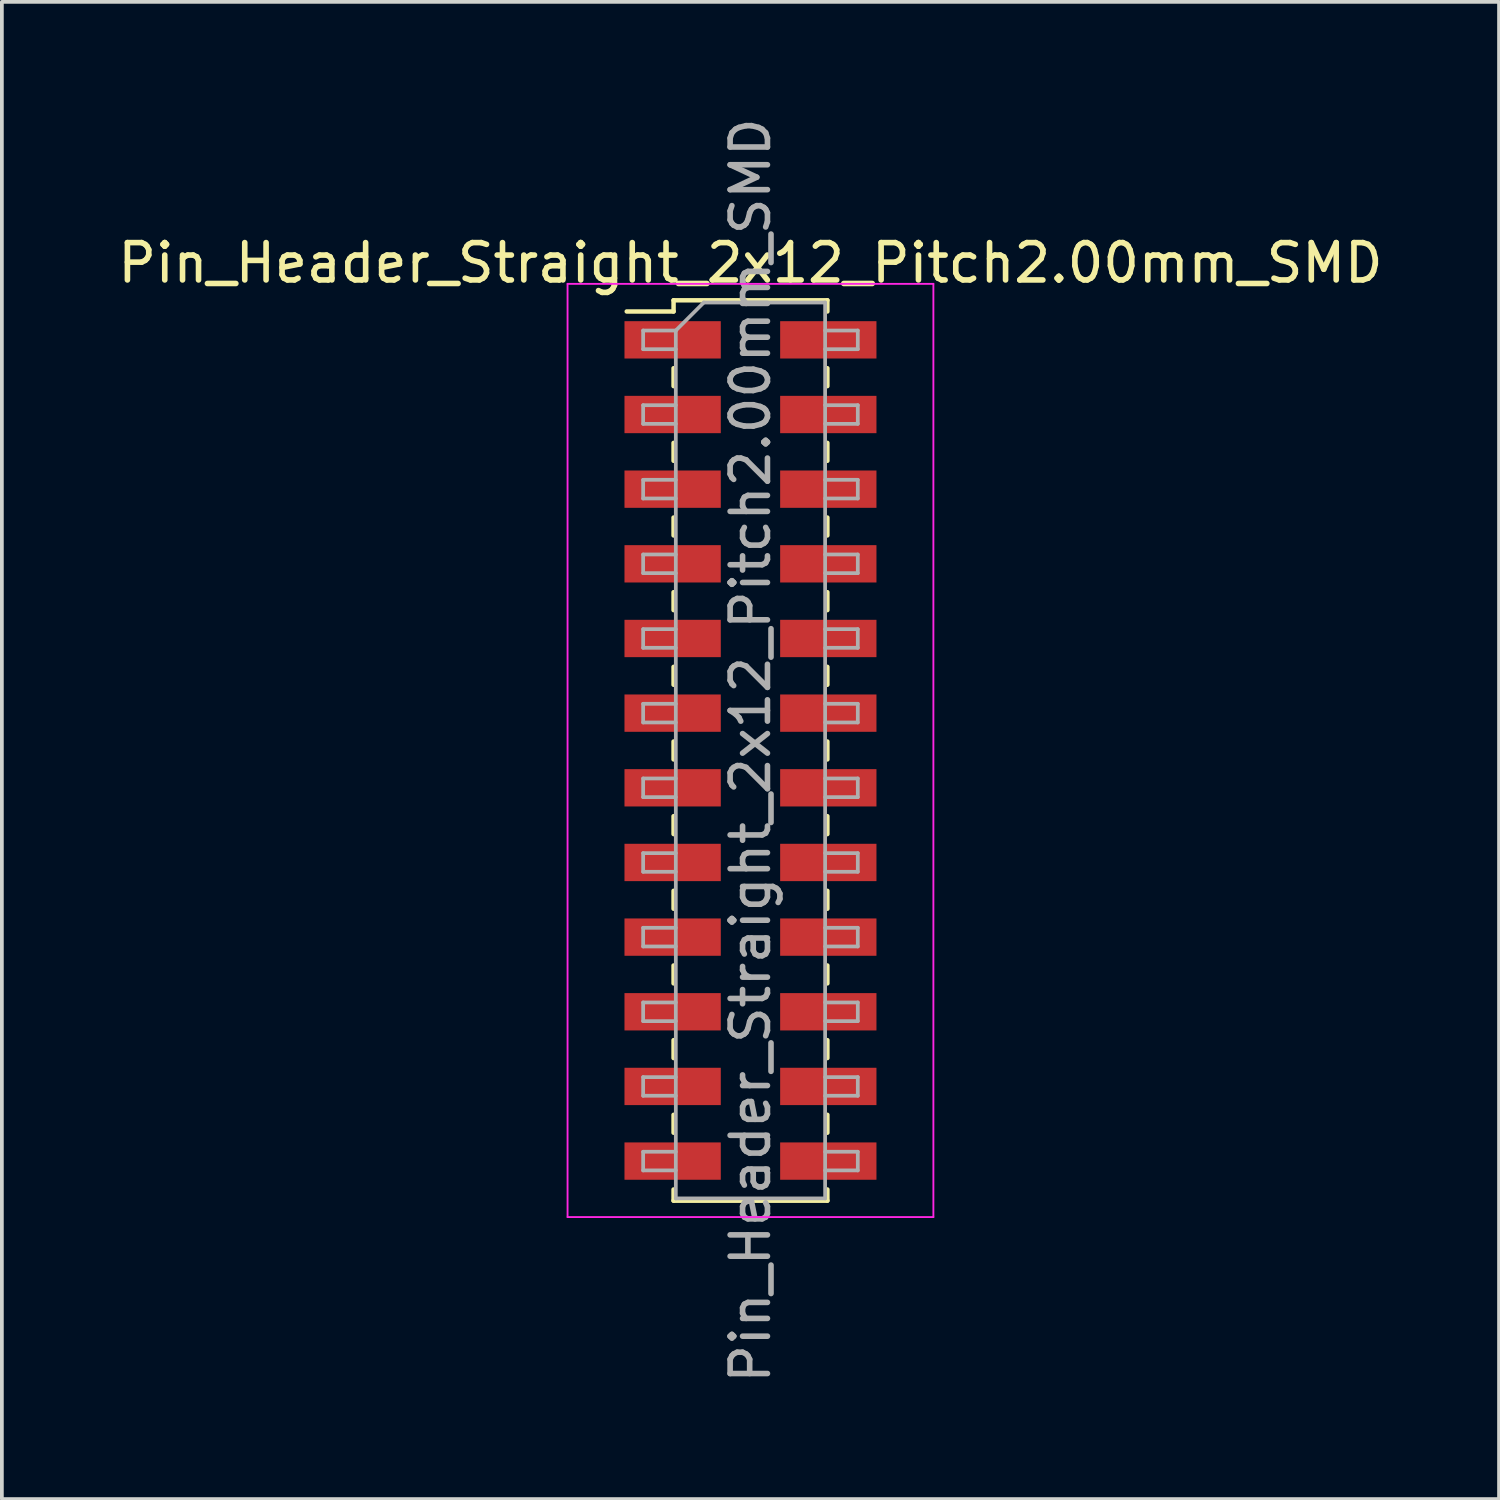
<source format=kicad_pcb>
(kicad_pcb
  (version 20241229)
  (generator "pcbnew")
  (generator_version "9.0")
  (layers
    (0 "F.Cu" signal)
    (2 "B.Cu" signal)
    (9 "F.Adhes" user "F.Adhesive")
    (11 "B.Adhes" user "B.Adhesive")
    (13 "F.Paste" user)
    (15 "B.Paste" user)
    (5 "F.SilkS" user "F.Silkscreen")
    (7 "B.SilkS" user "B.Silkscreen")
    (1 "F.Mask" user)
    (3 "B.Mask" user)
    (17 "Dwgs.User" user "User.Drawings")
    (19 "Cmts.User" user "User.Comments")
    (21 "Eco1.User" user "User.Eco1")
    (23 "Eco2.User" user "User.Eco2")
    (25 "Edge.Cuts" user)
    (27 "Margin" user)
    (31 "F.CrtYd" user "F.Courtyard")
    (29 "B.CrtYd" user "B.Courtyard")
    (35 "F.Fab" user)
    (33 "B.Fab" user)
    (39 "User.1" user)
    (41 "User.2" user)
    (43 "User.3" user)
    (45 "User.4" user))
  (footprint "Pin_Header_Straight_2x12_Pitch2.00mm_SMD"
    (layer "F.Cu")
    (at 17.054 17.054)
    (property "Reference" "Pin_Header_Straight_2x12_Pitch2.00mm_SMD" (at 0 -13.06 0) (layer "F.SilkS") (effects (font (size 1 1) (thickness 0.15))))
    (attr smd)
    (fp_line (start -3.315 -11.76) (end -2.06 -11.76) (stroke (width 0.12) (type solid)) (layer "F.SilkS"))
    (fp_line (start -2.06 -12.06) (end -2.06 -11.76) (stroke (width 0.12) (type solid)) (layer "F.SilkS"))
    (fp_line (start -2.06 -12.06) (end 2.06 -12.06) (stroke (width 0.12) (type solid)) (layer "F.SilkS"))
    (fp_line (start -2.06 -10.24) (end -2.06 -9.76) (stroke (width 0.12) (type solid)) (layer "F.SilkS"))
    (fp_line (start -2.06 -8.24) (end -2.06 -7.76) (stroke (width 0.12) (type solid)) (layer "F.SilkS"))
    (fp_line (start -2.06 -6.24) (end -2.06 -5.76) (stroke (width 0.12) (type solid)) (layer "F.SilkS"))
    (fp_line (start -2.06 -4.24) (end -2.06 -3.76) (stroke (width 0.12) (type solid)) (layer "F.SilkS"))
    (fp_line (start -2.06 -2.24) (end -2.06 -1.76) (stroke (width 0.12) (type solid)) (layer "F.SilkS"))
    (fp_line (start -2.06 -0.24) (end -2.06 0.24) (stroke (width 0.12) (type solid)) (layer "F.SilkS"))
    (fp_line (start -2.06 1.76) (end -2.06 2.24) (stroke (width 0.12) (type solid)) (layer "F.SilkS"))
    (fp_line (start -2.06 3.76) (end -2.06 4.24) (stroke (width 0.12) (type solid)) (layer "F.SilkS"))
    (fp_line (start -2.06 5.76) (end -2.06 6.24) (stroke (width 0.12) (type solid)) (layer "F.SilkS"))
    (fp_line (start -2.06 7.76) (end -2.06 8.24) (stroke (width 0.12) (type solid)) (layer "F.SilkS"))
    (fp_line (start -2.06 9.76) (end -2.06 10.24) (stroke (width 0.12) (type solid)) (layer "F.SilkS"))
    (fp_line (start -2.06 11.76) (end -2.06 12.06) (stroke (width 0.12) (type solid)) (layer "F.SilkS"))
    (fp_line (start -2.06 12.06) (end 2.06 12.06) (stroke (width 0.12) (type solid)) (layer "F.SilkS"))
    (fp_line (start 2.06 -12.06) (end 2.06 -11.76) (stroke (width 0.12) (type solid)) (layer "F.SilkS"))
    (fp_line (start 2.06 -10.24) (end 2.06 -9.76) (stroke (width 0.12) (type solid)) (layer "F.SilkS"))
    (fp_line (start 2.06 -8.24) (end 2.06 -7.76) (stroke (width 0.12) (type solid)) (layer "F.SilkS"))
    (fp_line (start 2.06 -6.24) (end 2.06 -5.76) (stroke (width 0.12) (type solid)) (layer "F.SilkS"))
    (fp_line (start 2.06 -4.24) (end 2.06 -3.76) (stroke (width 0.12) (type solid)) (layer "F.SilkS"))
    (fp_line (start 2.06 -2.24) (end 2.06 -1.76) (stroke (width 0.12) (type solid)) (layer "F.SilkS"))
    (fp_line (start 2.06 -0.24) (end 2.06 0.24) (stroke (width 0.12) (type solid)) (layer "F.SilkS"))
    (fp_line (start 2.06 1.76) (end 2.06 2.24) (stroke (width 0.12) (type solid)) (layer "F.SilkS"))
    (fp_line (start 2.06 3.76) (end 2.06 4.24) (stroke (width 0.12) (type solid)) (layer "F.SilkS"))
    (fp_line (start 2.06 5.76) (end 2.06 6.24) (stroke (width 0.12) (type solid)) (layer "F.SilkS"))
    (fp_line (start 2.06 7.76) (end 2.06 8.24) (stroke (width 0.12) (type solid)) (layer "F.SilkS"))
    (fp_line (start 2.06 9.76) (end 2.06 10.24) (stroke (width 0.12) (type solid)) (layer "F.SilkS"))
    (fp_line (start 2.06 11.76) (end 2.06 12.06) (stroke (width 0.12) (type solid)) (layer "F.SilkS"))
    (fp_line (start -4.9 -12.5) (end -4.9 12.5) (stroke (width 0.05) (type solid)) (layer "F.CrtYd"))
    (fp_line (start -4.9 12.5) (end 4.9 12.5) (stroke (width 0.05) (type solid)) (layer "F.CrtYd"))
    (fp_line (start 4.9 -12.5) (end -4.9 -12.5) (stroke (width 0.05) (type solid)) (layer "F.CrtYd"))
    (fp_line (start 4.9 12.5) (end 4.9 -12.5) (stroke (width 0.05) (type solid)) (layer "F.CrtYd"))
    (fp_line (start -2.875 -11.25) (end -2.875 -10.75) (stroke (width 0.1) (type solid)) (layer "F.Fab"))
    (fp_line (start -2.875 -10.75) (end -2 -10.75) (stroke (width 0.1) (type solid)) (layer "F.Fab"))
    (fp_line (start -2.875 -9.25) (end -2.875 -8.75) (stroke (width 0.1) (type solid)) (layer "F.Fab"))
    (fp_line (start -2.875 -8.75) (end -2 -8.75) (stroke (width 0.1) (type solid)) (layer "F.Fab"))
    (fp_line (start -2.875 -7.25) (end -2.875 -6.75) (stroke (width 0.1) (type solid)) (layer "F.Fab"))
    (fp_line (start -2.875 -6.75) (end -2 -6.75) (stroke (width 0.1) (type solid)) (layer "F.Fab"))
    (fp_line (start -2.875 -5.25) (end -2.875 -4.75) (stroke (width 0.1) (type solid)) (layer "F.Fab"))
    (fp_line (start -2.875 -4.75) (end -2 -4.75) (stroke (width 0.1) (type solid)) (layer "F.Fab"))
    (fp_line (start -2.875 -3.25) (end -2.875 -2.75) (stroke (width 0.1) (type solid)) (layer "F.Fab"))
    (fp_line (start -2.875 -2.75) (end -2 -2.75) (stroke (width 0.1) (type solid)) (layer "F.Fab"))
    (fp_line (start -2.875 -1.25) (end -2.875 -0.75) (stroke (width 0.1) (type solid)) (layer "F.Fab"))
    (fp_line (start -2.875 -0.75) (end -2 -0.75) (stroke (width 0.1) (type solid)) (layer "F.Fab"))
    (fp_line (start -2.875 0.75) (end -2.875 1.25) (stroke (width 0.1) (type solid)) (layer "F.Fab"))
    (fp_line (start -2.875 1.25) (end -2 1.25) (stroke (width 0.1) (type solid)) (layer "F.Fab"))
    (fp_line (start -2.875 2.75) (end -2.875 3.25) (stroke (width 0.1) (type solid)) (layer "F.Fab"))
    (fp_line (start -2.875 3.25) (end -2 3.25) (stroke (width 0.1) (type solid)) (layer "F.Fab"))
    (fp_line (start -2.875 4.75) (end -2.875 5.25) (stroke (width 0.1) (type solid)) (layer "F.Fab"))
    (fp_line (start -2.875 5.25) (end -2 5.25) (stroke (width 0.1) (type solid)) (layer "F.Fab"))
    (fp_line (start -2.875 6.75) (end -2.875 7.25) (stroke (width 0.1) (type solid)) (layer "F.Fab"))
    (fp_line (start -2.875 7.25) (end -2 7.25) (stroke (width 0.1) (type solid)) (layer "F.Fab"))
    (fp_line (start -2.875 8.75) (end -2.875 9.25) (stroke (width 0.1) (type solid)) (layer "F.Fab"))
    (fp_line (start -2.875 9.25) (end -2 9.25) (stroke (width 0.1) (type solid)) (layer "F.Fab"))
    (fp_line (start -2.875 10.75) (end -2.875 11.25) (stroke (width 0.1) (type solid)) (layer "F.Fab"))
    (fp_line (start -2.875 11.25) (end -2 11.25) (stroke (width 0.1) (type solid)) (layer "F.Fab"))
    (fp_line (start -2 -11.25) (end -2.875 -11.25) (stroke (width 0.1) (type solid)) (layer "F.Fab"))
    (fp_line (start -2 -11.25) (end -1.25 -12) (stroke (width 0.1) (type solid)) (layer "F.Fab"))
    (fp_line (start -2 -9.25) (end -2.875 -9.25) (stroke (width 0.1) (type solid)) (layer "F.Fab"))
    (fp_line (start -2 -7.25) (end -2.875 -7.25) (stroke (width 0.1) (type solid)) (layer "F.Fab"))
    (fp_line (start -2 -5.25) (end -2.875 -5.25) (stroke (width 0.1) (type solid)) (layer "F.Fab"))
    (fp_line (start -2 -3.25) (end -2.875 -3.25) (stroke (width 0.1) (type solid)) (layer "F.Fab"))
    (fp_line (start -2 -1.25) (end -2.875 -1.25) (stroke (width 0.1) (type solid)) (layer "F.Fab"))
    (fp_line (start -2 0.75) (end -2.875 0.75) (stroke (width 0.1) (type solid)) (layer "F.Fab"))
    (fp_line (start -2 2.75) (end -2.875 2.75) (stroke (width 0.1) (type solid)) (layer "F.Fab"))
    (fp_line (start -2 4.75) (end -2.875 4.75) (stroke (width 0.1) (type solid)) (layer "F.Fab"))
    (fp_line (start -2 6.75) (end -2.875 6.75) (stroke (width 0.1) (type solid)) (layer "F.Fab"))
    (fp_line (start -2 8.75) (end -2.875 8.75) (stroke (width 0.1) (type solid)) (layer "F.Fab"))
    (fp_line (start -2 10.75) (end -2.875 10.75) (stroke (width 0.1) (type solid)) (layer "F.Fab"))
    (fp_line (start -2 12) (end -2 -11.25) (stroke (width 0.1) (type solid)) (layer "F.Fab"))
    (fp_line (start -1.25 -12) (end 2 -12) (stroke (width 0.1) (type solid)) (layer "F.Fab"))
    (fp_line (start 2 -12) (end 2 12) (stroke (width 0.1) (type solid)) (layer "F.Fab"))
    (fp_line (start 2 -11.25) (end 2.875 -11.25) (stroke (width 0.1) (type solid)) (layer "F.Fab"))
    (fp_line (start 2 -9.25) (end 2.875 -9.25) (stroke (width 0.1) (type solid)) (layer "F.Fab"))
    (fp_line (start 2 -7.25) (end 2.875 -7.25) (stroke (width 0.1) (type solid)) (layer "F.Fab"))
    (fp_line (start 2 -5.25) (end 2.875 -5.25) (stroke (width 0.1) (type solid)) (layer "F.Fab"))
    (fp_line (start 2 -3.25) (end 2.875 -3.25) (stroke (width 0.1) (type solid)) (layer "F.Fab"))
    (fp_line (start 2 -1.25) (end 2.875 -1.25) (stroke (width 0.1) (type solid)) (layer "F.Fab"))
    (fp_line (start 2 0.75) (end 2.875 0.75) (stroke (width 0.1) (type solid)) (layer "F.Fab"))
    (fp_line (start 2 2.75) (end 2.875 2.75) (stroke (width 0.1) (type solid)) (layer "F.Fab"))
    (fp_line (start 2 4.75) (end 2.875 4.75) (stroke (width 0.1) (type solid)) (layer "F.Fab"))
    (fp_line (start 2 6.75) (end 2.875 6.75) (stroke (width 0.1) (type solid)) (layer "F.Fab"))
    (fp_line (start 2 8.75) (end 2.875 8.75) (stroke (width 0.1) (type solid)) (layer "F.Fab"))
    (fp_line (start 2 10.75) (end 2.875 10.75) (stroke (width 0.1) (type solid)) (layer "F.Fab"))
    (fp_line (start 2 12) (end -2 12) (stroke (width 0.1) (type solid)) (layer "F.Fab"))
    (fp_line (start 2.875 -11.25) (end 2.875 -10.75) (stroke (width 0.1) (type solid)) (layer "F.Fab"))
    (fp_line (start 2.875 -10.75) (end 2 -10.75) (stroke (width 0.1) (type solid)) (layer "F.Fab"))
    (fp_line (start 2.875 -9.25) (end 2.875 -8.75) (stroke (width 0.1) (type solid)) (layer "F.Fab"))
    (fp_line (start 2.875 -8.75) (end 2 -8.75) (stroke (width 0.1) (type solid)) (layer "F.Fab"))
    (fp_line (start 2.875 -7.25) (end 2.875 -6.75) (stroke (width 0.1) (type solid)) (layer "F.Fab"))
    (fp_line (start 2.875 -6.75) (end 2 -6.75) (stroke (width 0.1) (type solid)) (layer "F.Fab"))
    (fp_line (start 2.875 -5.25) (end 2.875 -4.75) (stroke (width 0.1) (type solid)) (layer "F.Fab"))
    (fp_line (start 2.875 -4.75) (end 2 -4.75) (stroke (width 0.1) (type solid)) (layer "F.Fab"))
    (fp_line (start 2.875 -3.25) (end 2.875 -2.75) (stroke (width 0.1) (type solid)) (layer "F.Fab"))
    (fp_line (start 2.875 -2.75) (end 2 -2.75) (stroke (width 0.1) (type solid)) (layer "F.Fab"))
    (fp_line (start 2.875 -1.25) (end 2.875 -0.75) (stroke (width 0.1) (type solid)) (layer "F.Fab"))
    (fp_line (start 2.875 -0.75) (end 2 -0.75) (stroke (width 0.1) (type solid)) (layer "F.Fab"))
    (fp_line (start 2.875 0.75) (end 2.875 1.25) (stroke (width 0.1) (type solid)) (layer "F.Fab"))
    (fp_line (start 2.875 1.25) (end 2 1.25) (stroke (width 0.1) (type solid)) (layer "F.Fab"))
    (fp_line (start 2.875 2.75) (end 2.875 3.25) (stroke (width 0.1) (type solid)) (layer "F.Fab"))
    (fp_line (start 2.875 3.25) (end 2 3.25) (stroke (width 0.1) (type solid)) (layer "F.Fab"))
    (fp_line (start 2.875 4.75) (end 2.875 5.25) (stroke (width 0.1) (type solid)) (layer "F.Fab"))
    (fp_line (start 2.875 5.25) (end 2 5.25) (stroke (width 0.1) (type solid)) (layer "F.Fab"))
    (fp_line (start 2.875 6.75) (end 2.875 7.25) (stroke (width 0.1) (type solid)) (layer "F.Fab"))
    (fp_line (start 2.875 7.25) (end 2 7.25) (stroke (width 0.1) (type solid)) (layer "F.Fab"))
    (fp_line (start 2.875 8.75) (end 2.875 9.25) (stroke (width 0.1) (type solid)) (layer "F.Fab"))
    (fp_line (start 2.875 9.25) (end 2 9.25) (stroke (width 0.1) (type solid)) (layer "F.Fab"))
    (fp_line (start 2.875 10.75) (end 2.875 11.25) (stroke (width 0.1) (type solid)) (layer "F.Fab"))
    (fp_line (start 2.875 11.25) (end 2 11.25) (stroke (width 0.1) (type solid)) (layer "F.Fab"))
    (fp_text user "${REFERENCE}" (at 0 0 90) (layer "F.Fab") (effects (font (size 1 1) (thickness 0.15))))
    (pad "1" smd rect (at -2.085 -11) (size 2.58 1) (layers "F.Cu" "F.Mask" "F.Paste"))
    (pad "2" smd rect (at 2.085 -11) (size 2.58 1) (layers "F.Cu" "F.Mask" "F.Paste"))
    (pad "3" smd rect (at -2.085 -9) (size 2.58 1) (layers "F.Cu" "F.Mask" "F.Paste"))
    (pad "4" smd rect (at 2.085 -9) (size 2.58 1) (layers "F.Cu" "F.Mask" "F.Paste"))
    (pad "5" smd rect (at -2.085 -7) (size 2.58 1) (layers "F.Cu" "F.Mask" "F.Paste"))
    (pad "6" smd rect (at 2.085 -7) (size 2.58 1) (layers "F.Cu" "F.Mask" "F.Paste"))
    (pad "7" smd rect (at -2.085 -5) (size 2.58 1) (layers "F.Cu" "F.Mask" "F.Paste"))
    (pad "8" smd rect (at 2.085 -5) (size 2.58 1) (layers "F.Cu" "F.Mask" "F.Paste"))
    (pad "9" smd rect (at -2.085 -3) (size 2.58 1) (layers "F.Cu" "F.Mask" "F.Paste"))
    (pad "10" smd rect (at 2.085 -3) (size 2.58 1) (layers "F.Cu" "F.Mask" "F.Paste"))
    (pad "11" smd rect (at -2.085 -1) (size 2.58 1) (layers "F.Cu" "F.Mask" "F.Paste"))
    (pad "12" smd rect (at 2.085 -1) (size 2.58 1) (layers "F.Cu" "F.Mask" "F.Paste"))
    (pad "13" smd rect (at -2.085 1) (size 2.58 1) (layers "F.Cu" "F.Mask" "F.Paste"))
    (pad "14" smd rect (at 2.085 1) (size 2.58 1) (layers "F.Cu" "F.Mask" "F.Paste"))
    (pad "15" smd rect (at -2.085 3) (size 2.58 1) (layers "F.Cu" "F.Mask" "F.Paste"))
    (pad "16" smd rect (at 2.085 3) (size 2.58 1) (layers "F.Cu" "F.Mask" "F.Paste"))
    (pad "17" smd rect (at -2.085 5) (size 2.58 1) (layers "F.Cu" "F.Mask" "F.Paste"))
    (pad "18" smd rect (at 2.085 5) (size 2.58 1) (layers "F.Cu" "F.Mask" "F.Paste"))
    (pad "19" smd rect (at -2.085 7) (size 2.58 1) (layers "F.Cu" "F.Mask" "F.Paste"))
    (pad "20" smd rect (at 2.085 7) (size 2.58 1) (layers "F.Cu" "F.Mask" "F.Paste"))
    (pad "21" smd rect (at -2.085 9) (size 2.58 1) (layers "F.Cu" "F.Mask" "F.Paste"))
    (pad "22" smd rect (at 2.085 9) (size 2.58 1) (layers "F.Cu" "F.Mask" "F.Paste"))
    (pad "23" smd rect (at -2.085 11) (size 2.58 1) (layers "F.Cu" "F.Mask" "F.Paste"))
    (pad "24" smd rect (at 2.085 11) (size 2.58 1) (layers "F.Cu" "F.Mask" "F.Paste")))
  (gr_rect
    (start -3 -3)
    (end 37.107 37.107)
    (stroke (width 0.1) (type default))
    (fill no)
    (layer "Edge.Cuts")))
</source>
